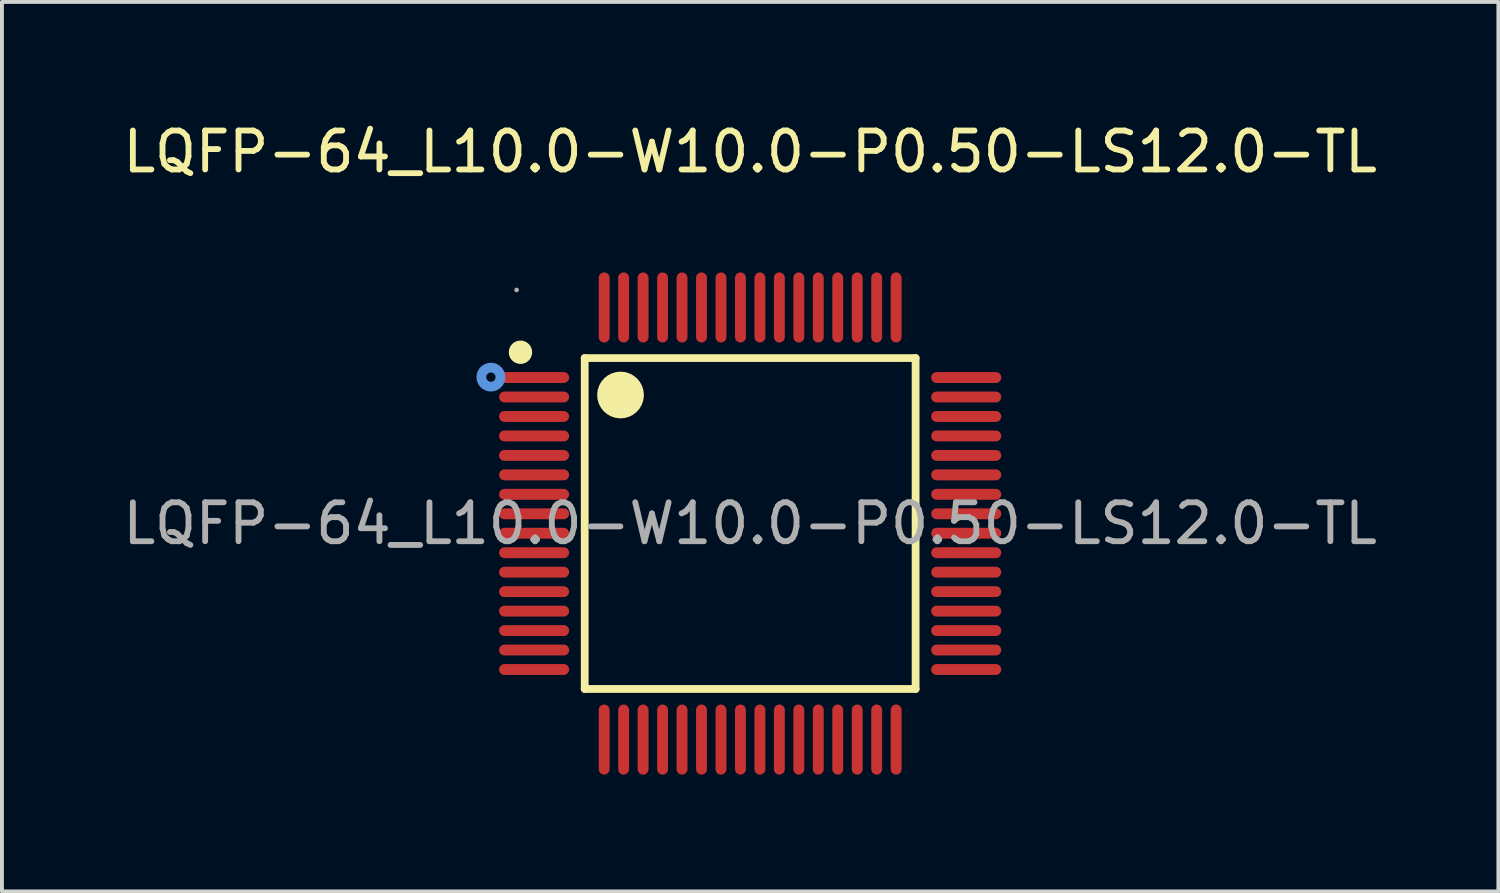
<source format=kicad_pcb>
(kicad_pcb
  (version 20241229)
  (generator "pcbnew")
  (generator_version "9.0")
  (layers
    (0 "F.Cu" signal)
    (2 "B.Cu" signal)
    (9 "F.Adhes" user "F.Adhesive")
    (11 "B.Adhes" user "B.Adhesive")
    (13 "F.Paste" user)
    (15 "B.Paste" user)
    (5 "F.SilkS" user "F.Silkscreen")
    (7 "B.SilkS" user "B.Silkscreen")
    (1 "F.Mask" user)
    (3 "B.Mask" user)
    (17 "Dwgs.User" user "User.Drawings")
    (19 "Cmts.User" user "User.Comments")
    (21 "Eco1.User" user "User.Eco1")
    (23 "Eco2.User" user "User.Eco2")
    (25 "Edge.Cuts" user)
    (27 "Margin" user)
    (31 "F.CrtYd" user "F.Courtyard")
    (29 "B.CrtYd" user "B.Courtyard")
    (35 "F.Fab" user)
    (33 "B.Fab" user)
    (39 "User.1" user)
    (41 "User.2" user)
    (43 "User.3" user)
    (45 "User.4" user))
  (footprint "LQFP-64_L10.0-W10.0-P0.50-LS12.0-TL"
    (layer "F.Cu")
    (at 16.22 10.398)
    (property "Reference" "LQFP-64_L10.0-W10.0-P0.50-LS12.0-TL" (at 0 -9.55 0) (layer "F.SilkS") (effects (font (size 1 1) (thickness 0.15))))
    (attr smd)
    (fp_line (start -4.25 -4.25) (end -4.25 4.25) (stroke (width 0.2) (type solid)) (layer "F.SilkS"))
    (fp_line (start -4.25 4.25) (end 4.25 4.25) (stroke (width 0.2) (type solid)) (layer "F.SilkS"))
    (fp_line (start 4.25 -4.25) (end -4.25 -4.25) (stroke (width 0.2) (type solid)) (layer "F.SilkS"))
    (fp_line (start 4.25 4.25) (end 4.25 -4.25) (stroke (width 0.2) (type solid)) (layer "F.SilkS"))
    (fp_arc (start -5.75 -4.39) (mid -6.05025 -4.404995) (end -5.749667 -4.400016) (stroke (width 0.3) (type solid)) (layer "F.SilkS"))
    (fp_arc (start -3.03 -3.29) (mid -3.630125 -3.304999) (end -3.029833 -3.300004) (stroke (width 0.6) (type solid)) (layer "F.SilkS"))
    (fp_circle (center -6.66 -3.76) (end -6.54 -3.76) (stroke (width 0.25) (type solid)) (fill no) (layer "Cmts.User"))
    (fp_circle (center -6 -6) (end -5.97 -6) (stroke (width 0.06) (type solid)) (fill no) (layer "F.Fab"))
    (fp_text user "${REFERENCE}" (at 0 0 0) (layer "F.Fab") (effects (font (size 1 1) (thickness 0.15))))
    (pad "1" smd oval (at -5.55 -3.75) (size 1.8 0.28) (layers "F.Cu" "F.Mask" "F.Paste"))
    (pad "2" smd oval (at -5.55 -3.25) (size 1.8 0.28) (layers "F.Cu" "F.Mask" "F.Paste"))
    (pad "3" smd oval (at -5.55 -2.75) (size 1.8 0.28) (layers "F.Cu" "F.Mask" "F.Paste"))
    (pad "4" smd oval (at -5.55 -2.25) (size 1.8 0.28) (layers "F.Cu" "F.Mask" "F.Paste"))
    (pad "5" smd oval (at -5.55 -1.75) (size 1.8 0.28) (layers "F.Cu" "F.Mask" "F.Paste"))
    (pad "6" smd oval (at -5.55 -1.25) (size 1.8 0.28) (layers "F.Cu" "F.Mask" "F.Paste"))
    (pad "7" smd oval (at -5.55 -0.75) (size 1.8 0.28) (layers "F.Cu" "F.Mask" "F.Paste"))
    (pad "8" smd oval (at -5.55 -0.25) (size 1.8 0.28) (layers "F.Cu" "F.Mask" "F.Paste"))
    (pad "9" smd oval (at -5.55 0.25) (size 1.8 0.28) (layers "F.Cu" "F.Mask" "F.Paste"))
    (pad "10" smd oval (at -5.55 0.75) (size 1.8 0.28) (layers "F.Cu" "F.Mask" "F.Paste"))
    (pad "11" smd oval (at -5.55 1.25) (size 1.8 0.28) (layers "F.Cu" "F.Mask" "F.Paste"))
    (pad "12" smd oval (at -5.55 1.75) (size 1.8 0.28) (layers "F.Cu" "F.Mask" "F.Paste"))
    (pad "13" smd oval (at -5.55 2.25) (size 1.8 0.28) (layers "F.Cu" "F.Mask" "F.Paste"))
    (pad "14" smd oval (at -5.55 2.75) (size 1.8 0.28) (layers "F.Cu" "F.Mask" "F.Paste"))
    (pad "15" smd oval (at -5.55 3.25) (size 1.8 0.28) (layers "F.Cu" "F.Mask" "F.Paste"))
    (pad "16" smd oval (at -5.55 3.75) (size 1.8 0.28) (layers "F.Cu" "F.Mask" "F.Paste"))
    (pad "17" smd oval (at -3.75 5.55) (size 0.28 1.8) (layers "F.Cu" "F.Mask" "F.Paste"))
    (pad "18" smd oval (at -3.25 5.55) (size 0.28 1.8) (layers "F.Cu" "F.Mask" "F.Paste"))
    (pad "19" smd oval (at -2.75 5.55) (size 0.28 1.8) (layers "F.Cu" "F.Mask" "F.Paste"))
    (pad "20" smd oval (at -2.25 5.55) (size 0.28 1.8) (layers "F.Cu" "F.Mask" "F.Paste"))
    (pad "21" smd oval (at -1.75 5.55) (size 0.28 1.8) (layers "F.Cu" "F.Mask" "F.Paste"))
    (pad "22" smd oval (at -1.25 5.55) (size 0.28 1.8) (layers "F.Cu" "F.Mask" "F.Paste"))
    (pad "23" smd oval (at -0.75 5.55) (size 0.28 1.8) (layers "F.Cu" "F.Mask" "F.Paste"))
    (pad "24" smd oval (at -0.25 5.55) (size 0.28 1.8) (layers "F.Cu" "F.Mask" "F.Paste"))
    (pad "25" smd oval (at 0.25 5.55) (size 0.28 1.8) (layers "F.Cu" "F.Mask" "F.Paste"))
    (pad "26" smd oval (at 0.75 5.55) (size 0.28 1.8) (layers "F.Cu" "F.Mask" "F.Paste"))
    (pad "27" smd oval (at 1.25 5.55) (size 0.28 1.8) (layers "F.Cu" "F.Mask" "F.Paste"))
    (pad "28" smd oval (at 1.75 5.55) (size 0.28 1.8) (layers "F.Cu" "F.Mask" "F.Paste"))
    (pad "29" smd oval (at 2.25 5.55) (size 0.28 1.8) (layers "F.Cu" "F.Mask" "F.Paste"))
    (pad "30" smd oval (at 2.75 5.55) (size 0.28 1.8) (layers "F.Cu" "F.Mask" "F.Paste"))
    (pad "31" smd oval (at 3.25 5.55) (size 0.28 1.8) (layers "F.Cu" "F.Mask" "F.Paste"))
    (pad "32" smd oval (at 3.75 5.55) (size 0.28 1.8) (layers "F.Cu" "F.Mask" "F.Paste"))
    (pad "33" smd oval (at 5.55 3.75) (size 1.8 0.28) (layers "F.Cu" "F.Mask" "F.Paste"))
    (pad "34" smd oval (at 5.55 3.25) (size 1.8 0.28) (layers "F.Cu" "F.Mask" "F.Paste"))
    (pad "35" smd oval (at 5.55 2.75) (size 1.8 0.28) (layers "F.Cu" "F.Mask" "F.Paste"))
    (pad "36" smd oval (at 5.55 2.25) (size 1.8 0.28) (layers "F.Cu" "F.Mask" "F.Paste"))
    (pad "37" smd oval (at 5.55 1.75) (size 1.8 0.28) (layers "F.Cu" "F.Mask" "F.Paste"))
    (pad "38" smd oval (at 5.55 1.25) (size 1.8 0.28) (layers "F.Cu" "F.Mask" "F.Paste"))
    (pad "39" smd oval (at 5.55 0.75) (size 1.8 0.28) (layers "F.Cu" "F.Mask" "F.Paste"))
    (pad "40" smd oval (at 5.55 0.25) (size 1.8 0.28) (layers "F.Cu" "F.Mask" "F.Paste"))
    (pad "41" smd oval (at 5.55 -0.25) (size 1.8 0.28) (layers "F.Cu" "F.Mask" "F.Paste"))
    (pad "42" smd oval (at 5.55 -0.75) (size 1.8 0.28) (layers "F.Cu" "F.Mask" "F.Paste"))
    (pad "43" smd oval (at 5.55 -1.25) (size 1.8 0.28) (layers "F.Cu" "F.Mask" "F.Paste"))
    (pad "44" smd oval (at 5.55 -1.75) (size 1.8 0.28) (layers "F.Cu" "F.Mask" "F.Paste"))
    (pad "45" smd oval (at 5.55 -2.25) (size 1.8 0.28) (layers "F.Cu" "F.Mask" "F.Paste"))
    (pad "46" smd oval (at 5.55 -2.75) (size 1.8 0.28) (layers "F.Cu" "F.Mask" "F.Paste"))
    (pad "47" smd oval (at 5.55 -3.25) (size 1.8 0.28) (layers "F.Cu" "F.Mask" "F.Paste"))
    (pad "48" smd oval (at 5.55 -3.75) (size 1.8 0.28) (layers "F.Cu" "F.Mask" "F.Paste"))
    (pad "49" smd oval (at 3.75 -5.55) (size 0.28 1.8) (layers "F.Cu" "F.Mask" "F.Paste"))
    (pad "50" smd oval (at 3.25 -5.55) (size 0.28 1.8) (layers "F.Cu" "F.Mask" "F.Paste"))
    (pad "51" smd oval (at 2.75 -5.55) (size 0.28 1.8) (layers "F.Cu" "F.Mask" "F.Paste"))
    (pad "52" smd oval (at 2.25 -5.55) (size 0.28 1.8) (layers "F.Cu" "F.Mask" "F.Paste"))
    (pad "53" smd oval (at 1.75 -5.55) (size 0.28 1.8) (layers "F.Cu" "F.Mask" "F.Paste"))
    (pad "54" smd oval (at 1.25 -5.55) (size 0.28 1.8) (layers "F.Cu" "F.Mask" "F.Paste"))
    (pad "55" smd oval (at 0.75 -5.55) (size 0.28 1.8) (layers "F.Cu" "F.Mask" "F.Paste"))
    (pad "56" smd oval (at 0.25 -5.55) (size 0.28 1.8) (layers "F.Cu" "F.Mask" "F.Paste"))
    (pad "57" smd oval (at -0.25 -5.55) (size 0.28 1.8) (layers "F.Cu" "F.Mask" "F.Paste"))
    (pad "58" smd oval (at -0.75 -5.55) (size 0.28 1.8) (layers "F.Cu" "F.Mask" "F.Paste"))
    (pad "59" smd oval (at -1.25 -5.55) (size 0.28 1.8) (layers "F.Cu" "F.Mask" "F.Paste"))
    (pad "60" smd oval (at -1.75 -5.55) (size 0.28 1.8) (layers "F.Cu" "F.Mask" "F.Paste"))
    (pad "61" smd oval (at -2.25 -5.55) (size 0.28 1.8) (layers "F.Cu" "F.Mask" "F.Paste"))
    (pad "62" smd oval (at -2.75 -5.55) (size 0.28 1.8) (layers "F.Cu" "F.Mask" "F.Paste"))
    (pad "63" smd oval (at -3.25 -5.55) (size 0.28 1.8) (layers "F.Cu" "F.Mask" "F.Paste"))
    (pad "64" smd oval (at -3.75 -5.55) (size 0.28 1.8) (layers "F.Cu" "F.Mask" "F.Paste")))
  (gr_rect
    (start -3 -3)
    (end 35.44 19.848)
    (stroke (width 0.1) (type default))
    (fill no)
    (layer "Edge.Cuts")))
</source>
